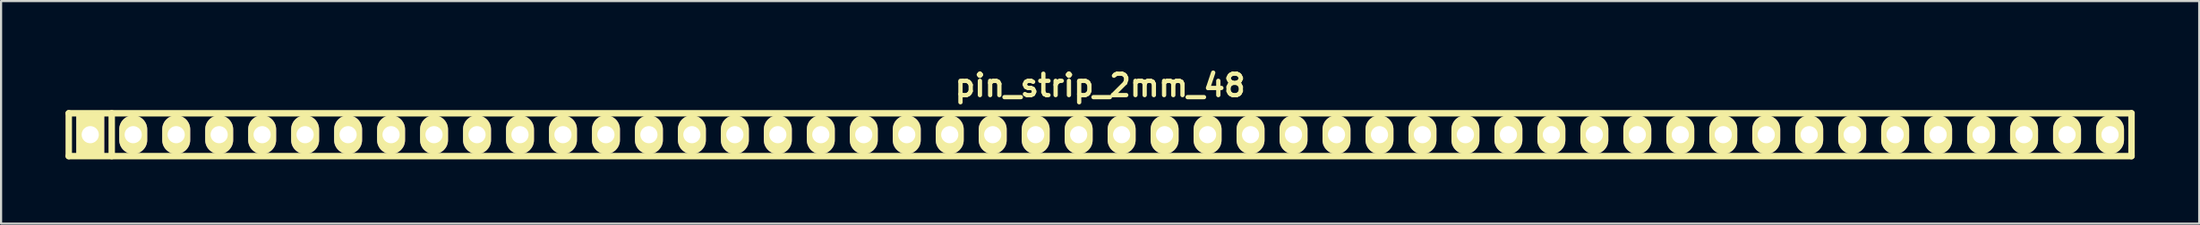
<source format=kicad_pcb>
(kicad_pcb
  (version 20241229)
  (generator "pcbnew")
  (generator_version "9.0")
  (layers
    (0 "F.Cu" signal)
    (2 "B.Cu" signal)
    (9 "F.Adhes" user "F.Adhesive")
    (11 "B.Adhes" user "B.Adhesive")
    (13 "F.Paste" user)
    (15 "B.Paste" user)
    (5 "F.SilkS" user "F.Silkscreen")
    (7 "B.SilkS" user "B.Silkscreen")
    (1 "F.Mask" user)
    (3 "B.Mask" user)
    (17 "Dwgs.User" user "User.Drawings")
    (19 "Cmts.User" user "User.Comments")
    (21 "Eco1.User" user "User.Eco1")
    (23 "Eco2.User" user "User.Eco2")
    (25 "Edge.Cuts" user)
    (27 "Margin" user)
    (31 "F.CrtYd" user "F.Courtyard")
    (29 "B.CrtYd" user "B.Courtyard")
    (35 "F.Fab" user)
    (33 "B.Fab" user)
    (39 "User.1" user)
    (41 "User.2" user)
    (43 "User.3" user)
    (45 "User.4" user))
  (footprint "pin_strip_2mm_48"
    (layer "F.Cu")
    (at 48.15 3.236)
    (property "Reference" "pin_strip_2mm_48" (at 0 -2.3 0) (layer "F.SilkS") (effects (font (size 1 1) (thickness 0.2))))
    (attr through_hole)
    (fp_line (start -48 -1) (end 48 -1) (stroke (width 0.3) (type solid)) (layer "F.SilkS"))
    (fp_line (start -48 1) (end -48 -1) (stroke (width 0.3) (type solid)) (layer "F.SilkS"))
    (fp_line (start -46 -1) (end -46 1) (stroke (width 0.3) (type solid)) (layer "F.SilkS"))
    (fp_line (start 48 -1) (end 48 1) (stroke (width 0.3) (type solid)) (layer "F.SilkS"))
    (fp_line (start 48 1) (end -48 1) (stroke (width 0.3) (type solid)) (layer "F.SilkS"))
    (pad "1" thru_hole rect (at -47 0) (size 1.3 1.8) (drill 0.8) (layers "*.Cu" "*.Mask" "F.SilkS"))
    (pad "2" thru_hole oval (at -45 0) (size 1.3 1.8) (drill 0.8) (layers "*.Cu" "*.Mask" "F.SilkS"))
    (pad "3" thru_hole oval (at -43 0) (size 1.3 1.8) (drill 0.8) (layers "*.Cu" "*.Mask" "F.SilkS"))
    (pad "4" thru_hole oval (at -41 0) (size 1.3 1.8) (drill 0.8) (layers "*.Cu" "*.Mask" "F.SilkS"))
    (pad "5" thru_hole oval (at -39 0) (size 1.3 1.8) (drill 0.8) (layers "*.Cu" "*.Mask" "F.SilkS"))
    (pad "6" thru_hole oval (at -37 0) (size 1.3 1.8) (drill 0.8) (layers "*.Cu" "*.Mask" "F.SilkS"))
    (pad "7" thru_hole oval (at -35 0) (size 1.3 1.8) (drill 0.8) (layers "*.Cu" "*.Mask" "F.SilkS"))
    (pad "8" thru_hole oval (at -33 0) (size 1.3 1.8) (drill 0.8) (layers "*.Cu" "*.Mask" "F.SilkS"))
    (pad "9" thru_hole oval (at -31 0) (size 1.3 1.8) (drill 0.8) (layers "*.Cu" "*.Mask" "F.SilkS"))
    (pad "10" thru_hole oval (at -29 0) (size 1.3 1.8) (drill 0.8) (layers "*.Cu" "*.Mask" "F.SilkS"))
    (pad "11" thru_hole oval (at -27 0) (size 1.3 1.8) (drill 0.8) (layers "*.Cu" "*.Mask" "F.SilkS"))
    (pad "12" thru_hole oval (at -25 0) (size 1.3 1.8) (drill 0.8) (layers "*.Cu" "*.Mask" "F.SilkS"))
    (pad "13" thru_hole oval (at -23 0) (size 1.3 1.8) (drill 0.8) (layers "*.Cu" "*.Mask" "F.SilkS"))
    (pad "14" thru_hole oval (at -21 0) (size 1.3 1.8) (drill 0.8) (layers "*.Cu" "*.Mask" "F.SilkS"))
    (pad "15" thru_hole oval (at -19 0) (size 1.3 1.8) (drill 0.8) (layers "*.Cu" "*.Mask" "F.SilkS"))
    (pad "16" thru_hole oval (at -17 0) (size 1.3 1.8) (drill 0.8) (layers "*.Cu" "*.Mask" "F.SilkS"))
    (pad "17" thru_hole oval (at -15 0) (size 1.3 1.8) (drill 0.8) (layers "*.Cu" "*.Mask" "F.SilkS"))
    (pad "18" thru_hole oval (at -13 0) (size 1.3 1.8) (drill 0.8) (layers "*.Cu" "*.Mask" "F.SilkS"))
    (pad "19" thru_hole oval (at -11 0) (size 1.3 1.8) (drill 0.8) (layers "*.Cu" "*.Mask" "F.SilkS"))
    (pad "20" thru_hole oval (at -9 0) (size 1.3 1.8) (drill 0.8) (layers "*.Cu" "*.Mask" "F.SilkS"))
    (pad "21" thru_hole oval (at -7 0) (size 1.3 1.8) (drill 0.8) (layers "*.Cu" "*.Mask" "F.SilkS"))
    (pad "22" thru_hole oval (at -5 0) (size 1.3 1.8) (drill 0.8) (layers "*.Cu" "*.Mask" "F.SilkS"))
    (pad "23" thru_hole oval (at -3 0) (size 1.3 1.8) (drill 0.8) (layers "*.Cu" "*.Mask" "F.SilkS"))
    (pad "24" thru_hole oval (at -1 0) (size 1.3 1.8) (drill 0.8) (layers "*.Cu" "*.Mask" "F.SilkS"))
    (pad "25" thru_hole oval (at 1 0) (size 1.3 1.8) (drill 0.8) (layers "*.Cu" "*.Mask" "F.SilkS"))
    (pad "26" thru_hole oval (at 3 0) (size 1.3 1.8) (drill 0.8) (layers "*.Cu" "*.Mask" "F.SilkS"))
    (pad "27" thru_hole oval (at 5 0) (size 1.3 1.8) (drill 0.8) (layers "*.Cu" "*.Mask" "F.SilkS"))
    (pad "28" thru_hole oval (at 7 0) (size 1.3 1.8) (drill 0.8) (layers "*.Cu" "*.Mask" "F.SilkS"))
    (pad "29" thru_hole oval (at 9 0) (size 1.3 1.8) (drill 0.8) (layers "*.Cu" "*.Mask" "F.SilkS"))
    (pad "30" thru_hole oval (at 11 0) (size 1.3 1.8) (drill 0.8) (layers "*.Cu" "*.Mask" "F.SilkS"))
    (pad "31" thru_hole oval (at 13 0) (size 1.3 1.8) (drill 0.8) (layers "*.Cu" "*.Mask" "F.SilkS"))
    (pad "32" thru_hole oval (at 15 0) (size 1.3 1.8) (drill 0.8) (layers "*.Cu" "*.Mask" "F.SilkS"))
    (pad "33" thru_hole oval (at 17 0) (size 1.3 1.8) (drill 0.8) (layers "*.Cu" "*.Mask" "F.SilkS"))
    (pad "34" thru_hole oval (at 19 0) (size 1.3 1.8) (drill 0.8) (layers "*.Cu" "*.Mask" "F.SilkS"))
    (pad "35" thru_hole oval (at 21 0) (size 1.3 1.8) (drill 0.8) (layers "*.Cu" "*.Mask" "F.SilkS"))
    (pad "36" thru_hole oval (at 23 0) (size 1.3 1.8) (drill 0.8) (layers "*.Cu" "*.Mask" "F.SilkS"))
    (pad "37" thru_hole oval (at 25 0) (size 1.3 1.8) (drill 0.8) (layers "*.Cu" "*.Mask" "F.SilkS"))
    (pad "38" thru_hole oval (at 27 0) (size 1.3 1.8) (drill 0.8) (layers "*.Cu" "*.Mask" "F.SilkS"))
    (pad "39" thru_hole oval (at 29 0) (size 1.3 1.8) (drill 0.8) (layers "*.Cu" "*.Mask" "F.SilkS"))
    (pad "40" thru_hole oval (at 31 0) (size 1.3 1.8) (drill 0.8) (layers "*.Cu" "*.Mask" "F.SilkS"))
    (pad "41" thru_hole oval (at 33 0) (size 1.3 1.8) (drill 0.8) (layers "*.Cu" "*.Mask" "F.SilkS"))
    (pad "42" thru_hole oval (at 35 0) (size 1.3 1.8) (drill 0.8) (layers "*.Cu" "*.Mask" "F.SilkS"))
    (pad "43" thru_hole oval (at 37 0) (size 1.3 1.8) (drill 0.8) (layers "*.Cu" "*.Mask" "F.SilkS"))
    (pad "44" thru_hole oval (at 39 0) (size 1.3 1.8) (drill 0.8) (layers "*.Cu" "*.Mask" "F.SilkS"))
    (pad "45" thru_hole oval (at 41 0) (size 1.3 1.8) (drill 0.8) (layers "*.Cu" "*.Mask" "F.SilkS"))
    (pad "46" thru_hole oval (at 43 0) (size 1.3 1.8) (drill 0.8) (layers "*.Cu" "*.Mask" "F.SilkS"))
    (pad "47" thru_hole oval (at 45 0) (size 1.3 1.8) (drill 0.8) (layers "*.Cu" "*.Mask" "F.SilkS"))
    (pad "48" thru_hole oval (at 47 0) (size 1.3 1.8) (drill 0.8) (layers "*.Cu" "*.Mask" "F.SilkS")))
  (gr_rect
    (start -3 -3)
    (end 99.3 7.386)
    (stroke (width 0.1) (type default))
    (fill no)
    (layer "Edge.Cuts")))
</source>
